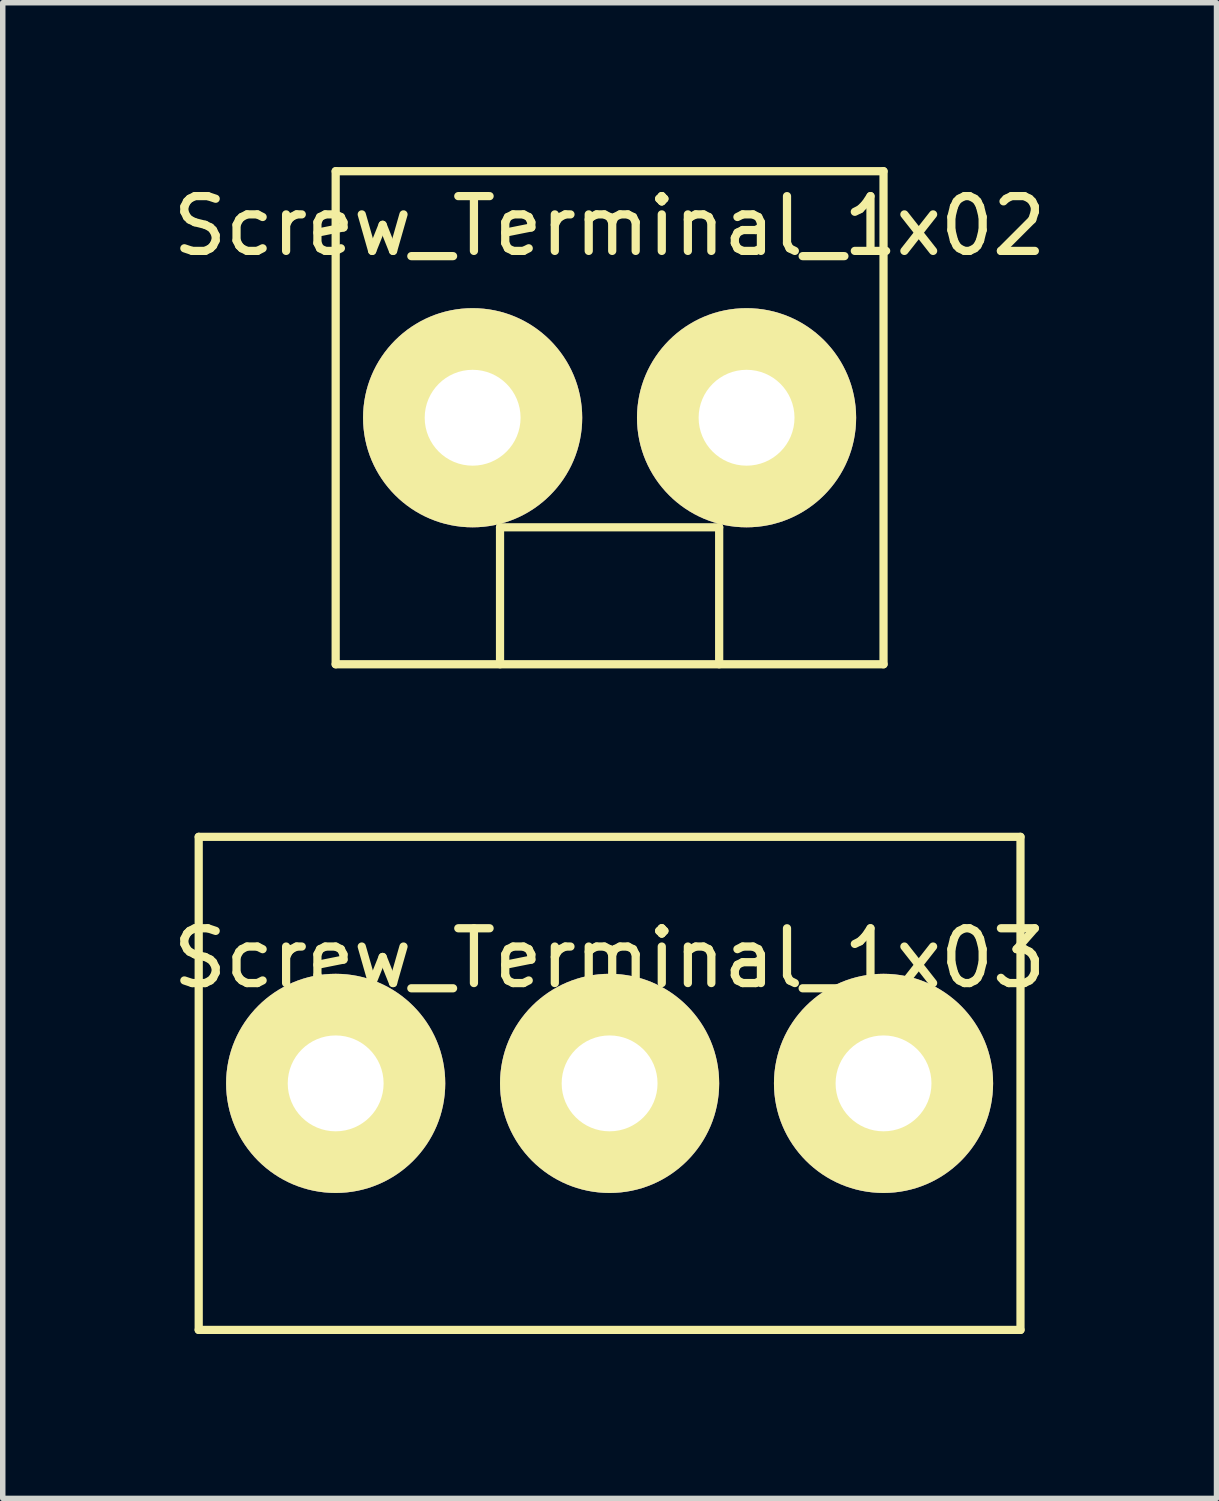
<source format=kicad_pcb>
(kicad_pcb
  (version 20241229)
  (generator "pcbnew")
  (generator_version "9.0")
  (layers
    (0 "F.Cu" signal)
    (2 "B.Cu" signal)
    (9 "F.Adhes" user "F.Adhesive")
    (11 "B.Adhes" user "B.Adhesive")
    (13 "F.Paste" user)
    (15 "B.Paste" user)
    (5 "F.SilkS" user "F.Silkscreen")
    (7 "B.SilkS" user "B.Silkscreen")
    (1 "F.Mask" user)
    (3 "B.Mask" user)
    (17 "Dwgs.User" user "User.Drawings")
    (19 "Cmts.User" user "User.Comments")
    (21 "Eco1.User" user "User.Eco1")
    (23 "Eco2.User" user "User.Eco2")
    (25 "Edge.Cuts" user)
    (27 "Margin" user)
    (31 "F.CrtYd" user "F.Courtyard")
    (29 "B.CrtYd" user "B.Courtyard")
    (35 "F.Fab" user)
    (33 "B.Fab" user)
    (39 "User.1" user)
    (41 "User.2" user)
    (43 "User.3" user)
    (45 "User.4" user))
  (footprint "Screw_Terminal_1x02"
    (layer "F.Cu")
    (at 8.077 4.575)
    (property "Reference" "Screw_Terminal_1x02" (at 0 -3.5 0) (layer "F.SilkS") (effects (font (size 1 1) (thickness 0.15))))
    (attr through_hole)
    (fp_line (start -5 -4.5) (end -5 4.5) (stroke (width 0.15) (type solid)) (layer "F.SilkS"))
    (fp_line (start -5 4.5) (end 5 4.5) (stroke (width 0.15) (type solid)) (layer "F.SilkS"))
    (fp_line (start -2 2) (end 2 2) (stroke (width 0.15) (type solid)) (layer "F.SilkS"))
    (fp_line (start -2 4.5) (end -2 2) (stroke (width 0.15) (type solid)) (layer "F.SilkS"))
    (fp_line (start 2 2) (end 2 4.5) (stroke (width 0.15) (type solid)) (layer "F.SilkS"))
    (fp_line (start 5 -4.5) (end -5 -4.5) (stroke (width 0.15) (type solid)) (layer "F.SilkS"))
    (fp_line (start 5 -4.5) (end 5 4.5) (stroke (width 0.15) (type solid)) (layer "F.SilkS"))
    (pad "1" thru_hole circle (at -2.5 0) (size 4 4) (drill 1.75) (layers "*.Cu" "*.Mask" "F.SilkS"))
    (pad "2" thru_hole circle (at 2.5 0) (size 4 4) (drill 1.75) (layers "*.Cu" "*.Mask" "F.SilkS")))
  (footprint "Screw_Terminal_1x03"
    (layer "F.Cu")
    (at 8.077 16.725)
    (property "Reference" "Screw_Terminal_1x03" (at 0 -2.286 0) (layer "F.SilkS") (effects (font (size 1 1) (thickness 0.15))))
    (attr through_hole)
    (fp_line (start -7.5 -4.5) (end -7.5 4.5) (stroke (width 0.15) (type solid)) (layer "F.SilkS"))
    (fp_line (start -7.5 -4.5) (end 7.5 -4.5) (stroke (width 0.15) (type solid)) (layer "F.SilkS"))
    (fp_line (start 7.5 4.5) (end -7.5 4.5) (stroke (width 0.15) (type solid)) (layer "F.SilkS"))
    (fp_line (start 7.5 4.5) (end 7.5 -4.5) (stroke (width 0.15) (type solid)) (layer "F.SilkS"))
    (pad "1" thru_hole circle (at -5 0) (size 4 4) (drill 1.75) (layers "*.Cu" "*.Mask" "F.SilkS"))
    (pad "2" thru_hole circle (at 0 0) (size 4 4) (drill 1.75) (layers "*.Cu" "*.Mask" "F.SilkS"))
    (pad "3" thru_hole circle (at 5 0) (size 4 4) (drill 1.75) (layers "*.Cu" "*.Mask" "F.SilkS")))
  (gr_rect
    (start -3 -3)
    (end 19.155 24.3)
    (stroke (width 0.1) (type default))
    (fill no)
    (layer "Edge.Cuts")))
</source>
